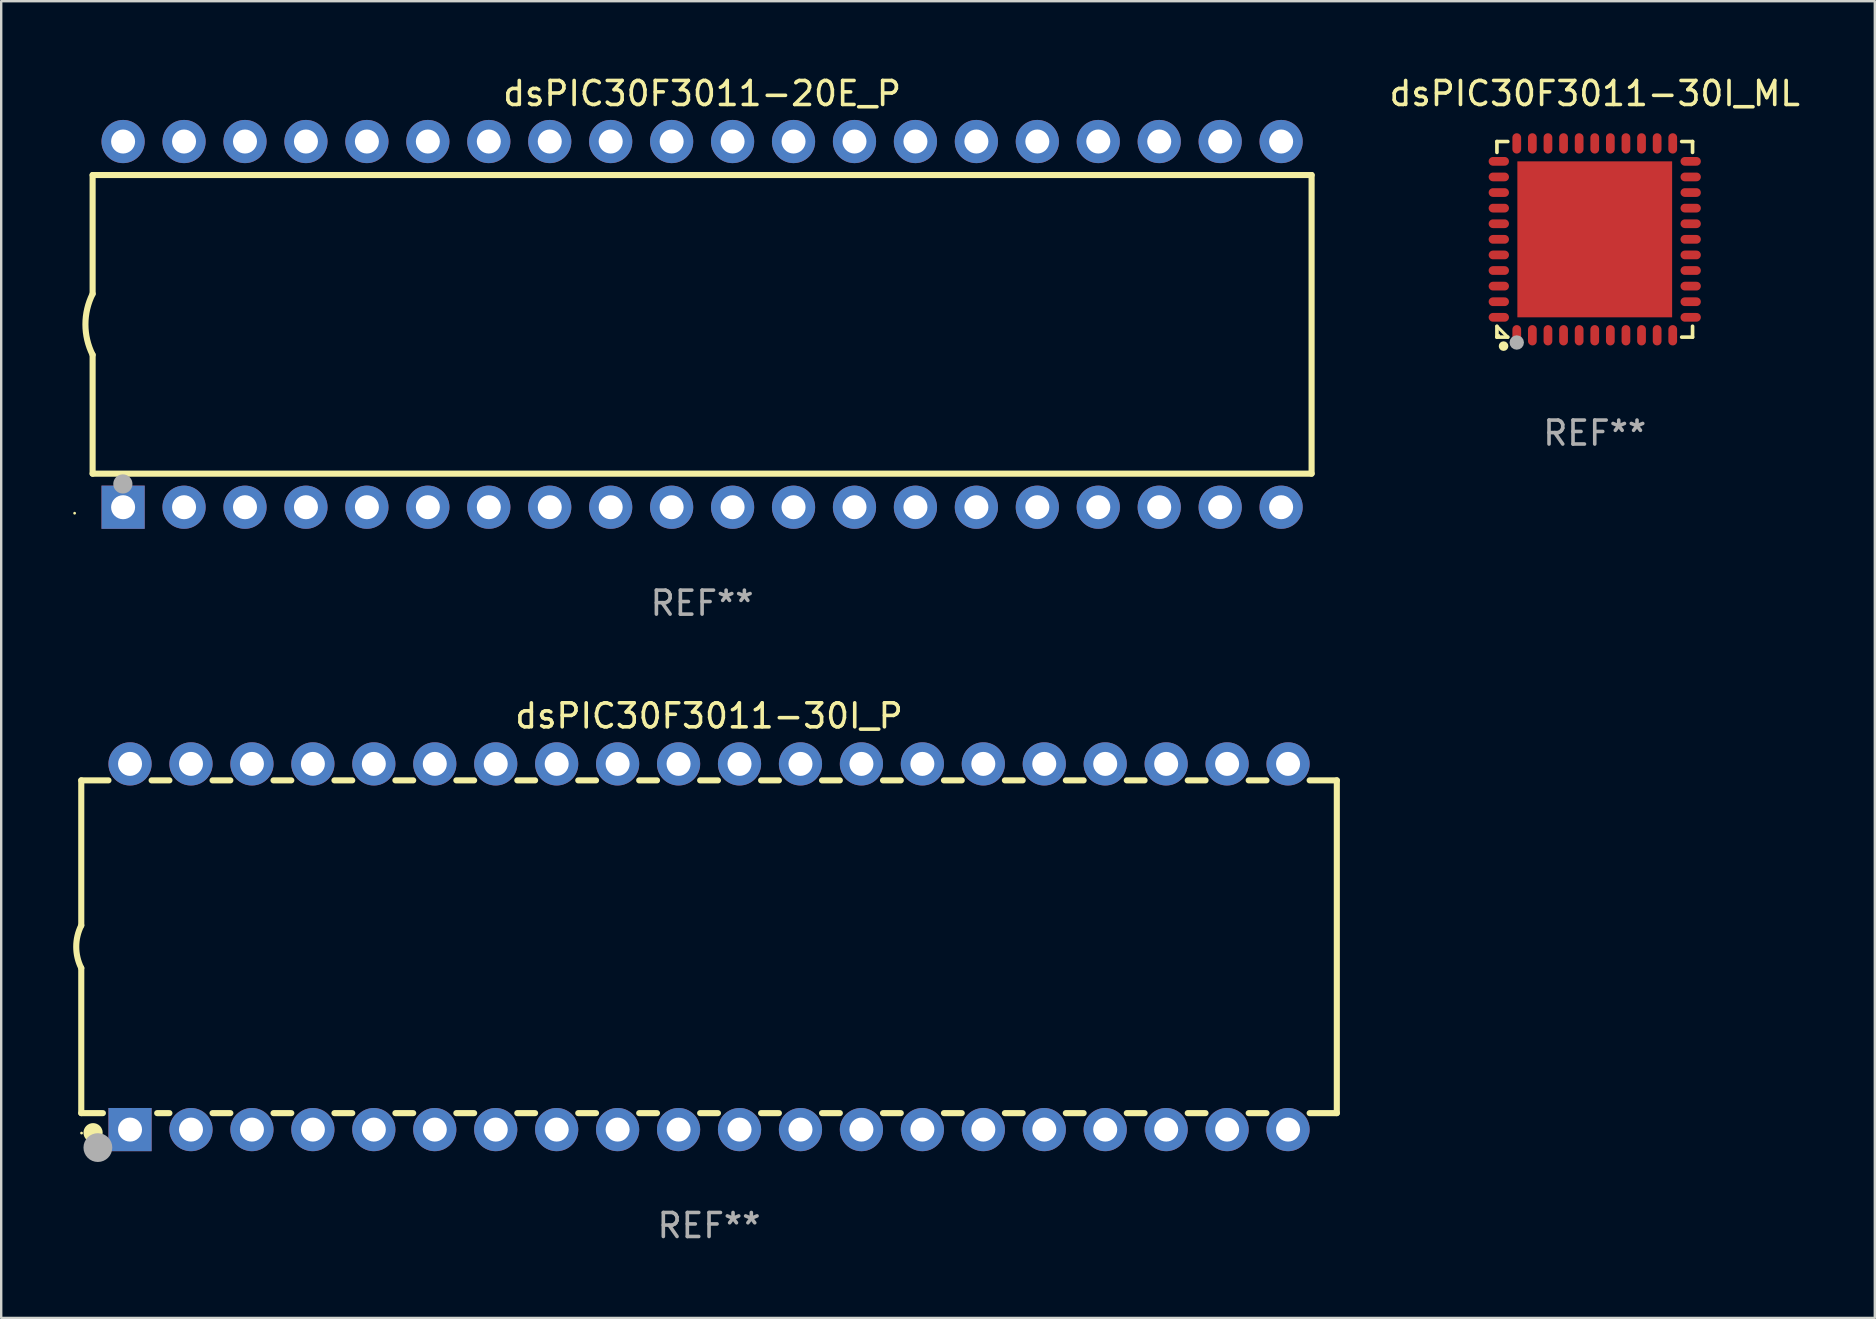
<source format=kicad_pcb>
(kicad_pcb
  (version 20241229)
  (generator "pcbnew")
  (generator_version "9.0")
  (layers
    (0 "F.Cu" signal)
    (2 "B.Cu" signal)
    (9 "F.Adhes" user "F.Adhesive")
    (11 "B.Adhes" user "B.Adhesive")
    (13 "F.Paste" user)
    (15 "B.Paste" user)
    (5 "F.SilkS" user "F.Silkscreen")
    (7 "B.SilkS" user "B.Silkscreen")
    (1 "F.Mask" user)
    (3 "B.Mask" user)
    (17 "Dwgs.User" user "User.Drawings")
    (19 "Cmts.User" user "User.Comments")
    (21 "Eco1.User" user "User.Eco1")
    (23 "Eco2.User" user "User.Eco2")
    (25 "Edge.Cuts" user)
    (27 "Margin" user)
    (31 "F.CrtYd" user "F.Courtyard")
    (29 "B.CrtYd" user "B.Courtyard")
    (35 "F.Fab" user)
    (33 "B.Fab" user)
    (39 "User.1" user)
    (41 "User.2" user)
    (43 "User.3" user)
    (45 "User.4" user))
  (footprint "dsPIC30F3011-30I_P"
    (layer "F.Cu")
    (at 26.499 36.405)
    (property "Reference" "dsPIC30F3011-30I_P" (at 0 -9.62 0) (layer "F.SilkS") (effects (font (size 1 1) (thickness 0.15))))
    (attr through_hole)
    (fp_line (start -26.162 -6.934) (end -26.162 -0.889) (stroke (width 0.254) (type solid)) (layer "F.SilkS"))
    (fp_line (start -26.162 -6.934) (end -25.029 -6.934) (stroke (width 0.254) (type solid)) (layer "F.SilkS"))
    (fp_line (start -26.162 6.934) (end -26.162 0.889) (stroke (width 0.254) (type solid)) (layer "F.SilkS"))
    (fp_line (start -26.162 6.934) (end -25.261 6.934) (stroke (width 0.254) (type solid)) (layer "F.SilkS"))
    (fp_line (start -23.231 -6.934) (end -22.489 -6.934) (stroke (width 0.254) (type solid)) (layer "F.SilkS"))
    (fp_line (start -22.999 6.934) (end -22.489 6.934) (stroke (width 0.254) (type solid)) (layer "F.SilkS"))
    (fp_line (start -20.691 -6.934) (end -19.949 -6.934) (stroke (width 0.254) (type solid)) (layer "F.SilkS"))
    (fp_line (start -20.691 6.934) (end -19.949 6.934) (stroke (width 0.254) (type solid)) (layer "F.SilkS"))
    (fp_line (start -18.151 -6.934) (end -17.409 -6.934) (stroke (width 0.254) (type solid)) (layer "F.SilkS"))
    (fp_line (start -18.151 6.934) (end -17.409 6.934) (stroke (width 0.254) (type solid)) (layer "F.SilkS"))
    (fp_line (start -15.611 -6.934) (end -14.869 -6.934) (stroke (width 0.254) (type solid)) (layer "F.SilkS"))
    (fp_line (start -15.611 6.934) (end -14.869 6.934) (stroke (width 0.254) (type solid)) (layer "F.SilkS"))
    (fp_line (start -13.071 -6.934) (end -12.329 -6.934) (stroke (width 0.254) (type solid)) (layer "F.SilkS"))
    (fp_line (start -13.071 6.934) (end -12.329 6.934) (stroke (width 0.254) (type solid)) (layer "F.SilkS"))
    (fp_line (start -10.531 -6.934) (end -9.789 -6.934) (stroke (width 0.254) (type solid)) (layer "F.SilkS"))
    (fp_line (start -10.531 6.934) (end -9.789 6.934) (stroke (width 0.254) (type solid)) (layer "F.SilkS"))
    (fp_line (start -7.991 -6.934) (end -7.249 -6.934) (stroke (width 0.254) (type solid)) (layer "F.SilkS"))
    (fp_line (start -7.991 6.934) (end -7.249 6.934) (stroke (width 0.254) (type solid)) (layer "F.SilkS"))
    (fp_line (start -5.451 -6.934) (end -4.709 -6.934) (stroke (width 0.254) (type solid)) (layer "F.SilkS"))
    (fp_line (start -5.451 6.934) (end -4.709 6.934) (stroke (width 0.254) (type solid)) (layer "F.SilkS"))
    (fp_line (start -2.911 -6.934) (end -2.169 -6.934) (stroke (width 0.254) (type solid)) (layer "F.SilkS"))
    (fp_line (start -2.911 6.934) (end -2.169 6.934) (stroke (width 0.254) (type solid)) (layer "F.SilkS"))
    (fp_line (start -0.371 -6.934) (end 0.371 -6.934) (stroke (width 0.254) (type solid)) (layer "F.SilkS"))
    (fp_line (start -0.371 6.934) (end 0.371 6.934) (stroke (width 0.254) (type solid)) (layer "F.SilkS"))
    (fp_line (start 2.169 -6.934) (end 2.911 -6.934) (stroke (width 0.254) (type solid)) (layer "F.SilkS"))
    (fp_line (start 2.169 6.934) (end 2.911 6.934) (stroke (width 0.254) (type solid)) (layer "F.SilkS"))
    (fp_line (start 4.709 -6.934) (end 5.451 -6.934) (stroke (width 0.254) (type solid)) (layer "F.SilkS"))
    (fp_line (start 4.709 6.934) (end 5.451 6.934) (stroke (width 0.254) (type solid)) (layer "F.SilkS"))
    (fp_line (start 7.249 -6.934) (end 7.991 -6.934) (stroke (width 0.254) (type solid)) (layer "F.SilkS"))
    (fp_line (start 7.249 6.934) (end 7.991 6.934) (stroke (width 0.254) (type solid)) (layer "F.SilkS"))
    (fp_line (start 9.789 -6.934) (end 10.531 -6.934) (stroke (width 0.254) (type solid)) (layer "F.SilkS"))
    (fp_line (start 9.789 6.934) (end 10.531 6.934) (stroke (width 0.254) (type solid)) (layer "F.SilkS"))
    (fp_line (start 12.329 -6.934) (end 13.071 -6.934) (stroke (width 0.254) (type solid)) (layer "F.SilkS"))
    (fp_line (start 12.329 6.934) (end 13.071 6.934) (stroke (width 0.254) (type solid)) (layer "F.SilkS"))
    (fp_line (start 14.869 -6.934) (end 15.611 -6.934) (stroke (width 0.254) (type solid)) (layer "F.SilkS"))
    (fp_line (start 14.869 6.934) (end 15.611 6.934) (stroke (width 0.254) (type solid)) (layer "F.SilkS"))
    (fp_line (start 17.409 -6.934) (end 18.151 -6.934) (stroke (width 0.254) (type solid)) (layer "F.SilkS"))
    (fp_line (start 17.409 6.934) (end 18.151 6.934) (stroke (width 0.254) (type solid)) (layer "F.SilkS"))
    (fp_line (start 19.949 -6.934) (end 20.691 -6.934) (stroke (width 0.254) (type solid)) (layer "F.SilkS"))
    (fp_line (start 19.949 6.934) (end 20.691 6.934) (stroke (width 0.254) (type solid)) (layer "F.SilkS"))
    (fp_line (start 22.489 -6.934) (end 23.231 -6.934) (stroke (width 0.254) (type solid)) (layer "F.SilkS"))
    (fp_line (start 22.489 6.934) (end 23.231 6.934) (stroke (width 0.254) (type solid)) (layer "F.SilkS"))
    (fp_line (start 25.029 -6.934) (end 26.162 -6.934) (stroke (width 0.254) (type solid)) (layer "F.SilkS"))
    (fp_line (start 25.029 6.934) (end 26.162 6.934) (stroke (width 0.254) (type solid)) (layer "F.SilkS"))
    (fp_line (start 26.162 -6.934) (end 26.162 6.934) (stroke (width 0.254) (type solid)) (layer "F.SilkS"))
    (fp_arc (start -26.162052 0.889001) (mid -26.371917 0) (end -26.162052 -0.889002) (stroke (width 0.254001) (type solid)) (layer "F.SilkS"))
    (fp_circle (center -26.15 7.765) (end -26.12 7.765) (stroke (width 0.06) (type solid)) (fill no) (layer "F.SilkS"))
    (fp_circle (center -25.67 7.75) (end -25.47 7.75) (stroke (width 0.4) (type solid)) (fill no) (layer "F.SilkS"))
    (fp_circle (center -25.47 8.37) (end -25.17 8.37) (stroke (width 0.6) (type solid)) (fill no) (layer "F.Fab"))
    (fp_text user "REF**" (at 0 11.62 0) (layer "F.Fab") (effects (font (size 1 1) (thickness 0.15))))
    (pad "1" thru_hole rect (at -24.13 7.62) (size 1.8 1.8) (drill 1) (layers "*.Cu" "*.Mask"))
    (pad "2" thru_hole circle (at -21.59 7.62) (size 1.8 1.8) (drill 1) (layers "*.Cu" "*.Mask"))
    (pad "3" thru_hole circle (at -19.05 7.62) (size 1.8 1.8) (drill 1) (layers "*.Cu" "*.Mask"))
    (pad "4" thru_hole circle (at -16.51 7.62) (size 1.8 1.8) (drill 1) (layers "*.Cu" "*.Mask"))
    (pad "5" thru_hole circle (at -13.97 7.62) (size 1.8 1.8) (drill 1) (layers "*.Cu" "*.Mask"))
    (pad "6" thru_hole circle (at -11.43 7.62) (size 1.8 1.8) (drill 1) (layers "*.Cu" "*.Mask"))
    (pad "7" thru_hole circle (at -8.89 7.62) (size 1.8 1.8) (drill 1) (layers "*.Cu" "*.Mask"))
    (pad "8" thru_hole circle (at -6.35 7.62) (size 1.8 1.8) (drill 1) (layers "*.Cu" "*.Mask"))
    (pad "9" thru_hole circle (at -3.81 7.62) (size 1.8 1.8) (drill 1) (layers "*.Cu" "*.Mask"))
    (pad "10" thru_hole circle (at -1.27 7.62) (size 1.8 1.8) (drill 1) (layers "*.Cu" "*.Mask"))
    (pad "11" thru_hole circle (at 1.27 7.62) (size 1.8 1.8) (drill 1) (layers "*.Cu" "*.Mask"))
    (pad "12" thru_hole circle (at 3.81 7.62) (size 1.8 1.8) (drill 1) (layers "*.Cu" "*.Mask"))
    (pad "13" thru_hole circle (at 6.35 7.62) (size 1.8 1.8) (drill 1) (layers "*.Cu" "*.Mask"))
    (pad "14" thru_hole circle (at 8.89 7.62) (size 1.8 1.8) (drill 1) (layers "*.Cu" "*.Mask"))
    (pad "15" thru_hole circle (at 11.43 7.62) (size 1.8 1.8) (drill 1) (layers "*.Cu" "*.Mask"))
    (pad "16" thru_hole circle (at 13.97 7.62) (size 1.8 1.8) (drill 1) (layers "*.Cu" "*.Mask"))
    (pad "17" thru_hole circle (at 16.51 7.62) (size 1.8 1.8) (drill 1) (layers "*.Cu" "*.Mask"))
    (pad "18" thru_hole circle (at 19.05 7.62) (size 1.8 1.8) (drill 1) (layers "*.Cu" "*.Mask"))
    (pad "19" thru_hole circle (at 21.59 7.62) (size 1.8 1.8) (drill 1) (layers "*.Cu" "*.Mask"))
    (pad "20" thru_hole circle (at 24.13 7.62) (size 1.8 1.8) (drill 1) (layers "*.Cu" "*.Mask"))
    (pad "21" thru_hole circle (at 24.13 -7.62) (size 1.8 1.8) (drill 1) (layers "*.Cu" "*.Mask"))
    (pad "22" thru_hole circle (at 21.59 -7.62) (size 1.8 1.8) (drill 1) (layers "*.Cu" "*.Mask"))
    (pad "23" thru_hole circle (at 19.05 -7.62) (size 1.8 1.8) (drill 1) (layers "*.Cu" "*.Mask"))
    (pad "24" thru_hole circle (at 16.51 -7.62) (size 1.8 1.8) (drill 1) (layers "*.Cu" "*.Mask"))
    (pad "25" thru_hole circle (at 13.97 -7.62) (size 1.8 1.8) (drill 1) (layers "*.Cu" "*.Mask"))
    (pad "26" thru_hole circle (at 11.43 -7.62) (size 1.8 1.8) (drill 1) (layers "*.Cu" "*.Mask"))
    (pad "27" thru_hole circle (at 8.89 -7.62) (size 1.8 1.8) (drill 1) (layers "*.Cu" "*.Mask"))
    (pad "28" thru_hole circle (at 6.35 -7.62) (size 1.8 1.8) (drill 1) (layers "*.Cu" "*.Mask"))
    (pad "29" thru_hole circle (at 3.81 -7.62) (size 1.8 1.8) (drill 1) (layers "*.Cu" "*.Mask"))
    (pad "30" thru_hole circle (at 1.27 -7.62) (size 1.8 1.8) (drill 1) (layers "*.Cu" "*.Mask"))
    (pad "31" thru_hole circle (at -1.27 -7.62) (size 1.8 1.8) (drill 1) (layers "*.Cu" "*.Mask"))
    (pad "32" thru_hole circle (at -3.81 -7.62) (size 1.8 1.8) (drill 1) (layers "*.Cu" "*.Mask"))
    (pad "33" thru_hole circle (at -6.35 -7.62) (size 1.8 1.8) (drill 1) (layers "*.Cu" "*.Mask"))
    (pad "34" thru_hole circle (at -8.89 -7.62) (size 1.8 1.8) (drill 1) (layers "*.Cu" "*.Mask"))
    (pad "35" thru_hole circle (at -11.43 -7.62) (size 1.8 1.8) (drill 1) (layers "*.Cu" "*.Mask"))
    (pad "36" thru_hole circle (at -13.97 -7.62) (size 1.8 1.8) (drill 1) (layers "*.Cu" "*.Mask"))
    (pad "37" thru_hole circle (at -16.51 -7.62) (size 1.8 1.8) (drill 1) (layers "*.Cu" "*.Mask"))
    (pad "38" thru_hole circle (at -19.05 -7.62) (size 1.8 1.8) (drill 1) (layers "*.Cu" "*.Mask"))
    (pad "39" thru_hole circle (at -21.59 -7.62) (size 1.8 1.8) (drill 1) (layers "*.Cu" "*.Mask"))
    (pad "40" thru_hole circle (at -24.13 -7.62) (size 1.8 1.8) (drill 1) (layers "*.Cu" "*.Mask")))
  (footprint "dsPIC30F3011-30I_ML"
    (layer "F.Cu")
    (at 63.41 6.924)
    (property "Reference" "dsPIC30F3011-30I_ML" (at 0 -6.076 0) (layer "F.SilkS") (effects (font (size 1 1) (thickness 0.15))))
    (attr through_hole)
    (fp_line (start -4.076 -4.076) (end -3.623 -4.076) (stroke (width 0.152) (type solid)) (layer "F.SilkS"))
    (fp_line (start -4.076 -3.623) (end -4.076 -4.076) (stroke (width 0.152) (type solid)) (layer "F.SilkS"))
    (fp_line (start -4.076 3.623) (end -4.076 4.076) (stroke (width 0.152) (type solid)) (layer "F.SilkS"))
    (fp_line (start -4.076 4.076) (end -3.623 4.076) (stroke (width 0.152) (type solid)) (layer "F.SilkS"))
    (fp_line (start -3.623 4.076) (end -4.076 3.623) (stroke (width 0.127) (type solid)) (layer "F.SilkS"))
    (fp_line (start 4.076 -4.076) (end 3.623 -4.076) (stroke (width 0.152) (type solid)) (layer "F.SilkS"))
    (fp_line (start 4.076 -3.623) (end 4.076 -4.076) (stroke (width 0.152) (type solid)) (layer "F.SilkS"))
    (fp_line (start 4.076 3.623) (end 4.076 4.076) (stroke (width 0.152) (type solid)) (layer "F.SilkS"))
    (fp_line (start 4.076 4.076) (end 3.623 4.076) (stroke (width 0.152) (type solid)) (layer "F.SilkS"))
    (fp_circle (center -4 4) (end -3.97 4) (stroke (width 0.06) (type solid)) (fill no) (layer "F.SilkS"))
    (fp_circle (center -3.8 4.45) (end -3.7 4.45) (stroke (width 0.2) (type solid)) (fill no) (layer "F.SilkS"))
    (fp_circle (center -3.25 4.3) (end -3.1 4.3) (stroke (width 0.3) (type solid)) (fill no) (layer "F.Fab"))
    (fp_text user "REF**" (at 0 8.076 0) (layer "F.Fab") (effects (font (size 1 1) (thickness 0.15))))
    (pad "1" smd oval (at -3.25 3.998) (size 0.364 0.847) (layers "F.Cu" "F.Mask" "F.Paste"))
    (pad "2" smd oval (at -2.6 3.998) (size 0.364 0.847) (layers "F.Cu" "F.Mask" "F.Paste"))
    (pad "3" smd oval (at -1.95 3.998) (size 0.364 0.847) (layers "F.Cu" "F.Mask" "F.Paste"))
    (pad "4" smd oval (at -1.3 3.998) (size 0.364 0.847) (layers "F.Cu" "F.Mask" "F.Paste"))
    (pad "5" smd oval (at -0.65 3.998) (size 0.364 0.847) (layers "F.Cu" "F.Mask" "F.Paste"))
    (pad "6" smd oval (at 0 3.998) (size 0.364 0.847) (layers "F.Cu" "F.Mask" "F.Paste"))
    (pad "7" smd oval (at 0.65 3.998) (size 0.364 0.847) (layers "F.Cu" "F.Mask" "F.Paste"))
    (pad "8" smd oval (at 1.3 3.998) (size 0.364 0.847) (layers "F.Cu" "F.Mask" "F.Paste"))
    (pad "9" smd oval (at 1.95 3.998) (size 0.364 0.847) (layers "F.Cu" "F.Mask" "F.Paste"))
    (pad "10" smd oval (at 2.6 3.998) (size 0.364 0.847) (layers "F.Cu" "F.Mask" "F.Paste"))
    (pad "11" smd oval (at 3.25 3.998) (size 0.364 0.847) (layers "F.Cu" "F.Mask" "F.Paste"))
    (pad "12" smd oval (at 3.998 3.25) (size 0.847 0.364) (layers "F.Cu" "F.Mask" "F.Paste"))
    (pad "13" smd oval (at 3.998 2.6) (size 0.847 0.364) (layers "F.Cu" "F.Mask" "F.Paste"))
    (pad "14" smd oval (at 3.998 1.95) (size 0.847 0.364) (layers "F.Cu" "F.Mask" "F.Paste"))
    (pad "15" smd oval (at 3.998 1.3) (size 0.847 0.364) (layers "F.Cu" "F.Mask" "F.Paste"))
    (pad "16" smd oval (at 3.998 0.65) (size 0.847 0.364) (layers "F.Cu" "F.Mask" "F.Paste"))
    (pad "17" smd oval (at 3.998 0) (size 0.847 0.364) (layers "F.Cu" "F.Mask" "F.Paste"))
    (pad "18" smd oval (at 3.998 -0.65) (size 0.847 0.364) (layers "F.Cu" "F.Mask" "F.Paste"))
    (pad "19" smd oval (at 3.998 -1.3) (size 0.847 0.364) (layers "F.Cu" "F.Mask" "F.Paste"))
    (pad "20" smd oval (at 3.998 -1.95) (size 0.847 0.364) (layers "F.Cu" "F.Mask" "F.Paste"))
    (pad "21" smd oval (at 3.998 -2.6) (size 0.847 0.364) (layers "F.Cu" "F.Mask" "F.Paste"))
    (pad "22" smd oval (at 3.998 -3.25) (size 0.847 0.364) (layers "F.Cu" "F.Mask" "F.Paste"))
    (pad "23" smd oval (at 3.25 -3.998) (size 0.364 0.847) (layers "F.Cu" "F.Mask" "F.Paste"))
    (pad "24" smd oval (at 2.6 -3.998) (size 0.364 0.847) (layers "F.Cu" "F.Mask" "F.Paste"))
    (pad "25" smd oval (at 1.95 -3.998) (size 0.364 0.847) (layers "F.Cu" "F.Mask" "F.Paste"))
    (pad "26" smd oval (at 1.3 -3.998) (size 0.364 0.847) (layers "F.Cu" "F.Mask" "F.Paste"))
    (pad "27" smd oval (at 0.65 -3.998) (size 0.364 0.847) (layers "F.Cu" "F.Mask" "F.Paste"))
    (pad "28" smd oval (at 0 -3.998) (size 0.364 0.847) (layers "F.Cu" "F.Mask" "F.Paste"))
    (pad "29" smd oval (at -0.65 -3.998) (size 0.364 0.847) (layers "F.Cu" "F.Mask" "F.Paste"))
    (pad "30" smd oval (at -1.3 -3.998) (size 0.364 0.847) (layers "F.Cu" "F.Mask" "F.Paste"))
    (pad "31" smd oval (at -1.95 -3.998) (size 0.364 0.847) (layers "F.Cu" "F.Mask" "F.Paste"))
    (pad "32" smd oval (at -2.6 -3.998) (size 0.364 0.847) (layers "F.Cu" "F.Mask" "F.Paste"))
    (pad "33" smd oval (at -3.25 -3.998) (size 0.364 0.847) (layers "F.Cu" "F.Mask" "F.Paste"))
    (pad "34" smd oval (at -3.998 -3.25) (size 0.847 0.364) (layers "F.Cu" "F.Mask" "F.Paste"))
    (pad "35" smd oval (at -3.998 -2.6) (size 0.847 0.364) (layers "F.Cu" "F.Mask" "F.Paste"))
    (pad "36" smd oval (at -3.998 -1.95) (size 0.847 0.364) (layers "F.Cu" "F.Mask" "F.Paste"))
    (pad "37" smd oval (at -3.998 -1.3) (size 0.847 0.364) (layers "F.Cu" "F.Mask" "F.Paste"))
    (pad "38" smd oval (at -3.998 -0.65) (size 0.847 0.364) (layers "F.Cu" "F.Mask" "F.Paste"))
    (pad "39" smd oval (at -3.998 0) (size 0.847 0.364) (layers "F.Cu" "F.Mask" "F.Paste"))
    (pad "40" smd oval (at -3.998 0.65) (size 0.847 0.364) (layers "F.Cu" "F.Mask" "F.Paste"))
    (pad "41" smd oval (at -3.998 1.3) (size 0.847 0.364) (layers "F.Cu" "F.Mask" "F.Paste"))
    (pad "42" smd oval (at -3.998 1.95) (size 0.847 0.364) (layers "F.Cu" "F.Mask" "F.Paste"))
    (pad "43" smd oval (at -3.998 2.6) (size 0.847 0.364) (layers "F.Cu" "F.Mask" "F.Paste"))
    (pad "44" smd oval (at -3.998 3.25) (size 0.847 0.364) (layers "F.Cu" "F.Mask" "F.Paste"))
    (pad "45" smd rect (at 0 0) (size 6.45 6.5) (layers "F.Cu" "F.Mask" "F.Paste")))
  (footprint "dsPIC30F3011-20E_P"
    (layer "F.Cu")
    (at 26.21 10.468)
    (property "Reference" "dsPIC30F3011-20E_P" (at 0 -9.62 0) (layer "F.SilkS") (effects (font (size 1 1) (thickness 0.15))))
    (attr through_hole)
    (fp_line (start -25.4 -6.224) (end -25.4 -1.271) (stroke (width 0.254) (type solid)) (layer "F.SilkS"))
    (fp_line (start -25.4 -6.224) (end 25.4 -6.224) (stroke (width 0.254) (type solid)) (layer "F.SilkS"))
    (fp_line (start -25.4 1.269) (end -25.4 6.222) (stroke (width 0.254) (type solid)) (layer "F.SilkS"))
    (fp_line (start -25.4 6.222) (end 25.4 6.222) (stroke (width 0.254) (type solid)) (layer "F.SilkS"))
    (fp_line (start 25.4 6.222) (end 25.4 -6.224) (stroke (width 0.254) (type solid)) (layer "F.SilkS"))
    (fp_arc (start -25.4 1.269241) (mid -25.699807 -0.000762) (end -25.4 -1.270765) (stroke (width 0.254001) (type solid)) (layer "F.SilkS"))
    (fp_circle (center -26.15 7.87) (end -26.12 7.87) (stroke (width 0.06) (type solid)) (fill no) (layer "F.SilkS"))
    (fp_circle (center -24.14 6.65) (end -23.94 6.65) (stroke (width 0.4) (type solid)) (fill no) (layer "F.Fab"))
    (fp_text user "REF**" (at 0 11.62 0) (layer "F.Fab") (effects (font (size 1 1) (thickness 0.15))))
    (pad "1" thru_hole rect (at -24.13 7.62 90) (size 1.8 1.8) (drill 1) (layers "*.Cu" "*.Mask"))
    (pad "2" thru_hole circle (at -21.59 7.62) (size 1.8 1.8) (drill 1) (layers "*.Cu" "*.Mask"))
    (pad "3" thru_hole circle (at -19.05 7.62) (size 1.8 1.8) (drill 1) (layers "*.Cu" "*.Mask"))
    (pad "4" thru_hole circle (at -16.51 7.62) (size 1.8 1.8) (drill 1) (layers "*.Cu" "*.Mask"))
    (pad "5" thru_hole circle (at -13.97 7.62) (size 1.8 1.8) (drill 1) (layers "*.Cu" "*.Mask"))
    (pad "6" thru_hole circle (at -11.43 7.62) (size 1.8 1.8) (drill 1) (layers "*.Cu" "*.Mask"))
    (pad "7" thru_hole circle (at -8.89 7.62) (size 1.8 1.8) (drill 1) (layers "*.Cu" "*.Mask"))
    (pad "8" thru_hole circle (at -6.35 7.62) (size 1.8 1.8) (drill 1) (layers "*.Cu" "*.Mask"))
    (pad "9" thru_hole circle (at -3.81 7.62) (size 1.8 1.8) (drill 1) (layers "*.Cu" "*.Mask"))
    (pad "10" thru_hole circle (at -1.27 7.62) (size 1.8 1.8) (drill 1) (layers "*.Cu" "*.Mask"))
    (pad "11" thru_hole circle (at 1.27 7.62) (size 1.8 1.8) (drill 1) (layers "*.Cu" "*.Mask"))
    (pad "12" thru_hole circle (at 3.81 7.62) (size 1.8 1.8) (drill 1) (layers "*.Cu" "*.Mask"))
    (pad "13" thru_hole circle (at 6.35 7.62) (size 1.8 1.8) (drill 1) (layers "*.Cu" "*.Mask"))
    (pad "14" thru_hole circle (at 8.89 7.62) (size 1.8 1.8) (drill 1) (layers "*.Cu" "*.Mask"))
    (pad "15" thru_hole circle (at 11.43 7.62) (size 1.8 1.8) (drill 1) (layers "*.Cu" "*.Mask"))
    (pad "16" thru_hole circle (at 13.97 7.62) (size 1.8 1.8) (drill 1) (layers "*.Cu" "*.Mask"))
    (pad "17" thru_hole circle (at 16.51 7.62) (size 1.8 1.8) (drill 1) (layers "*.Cu" "*.Mask"))
    (pad "18" thru_hole circle (at 19.05 7.62) (size 1.8 1.8) (drill 1) (layers "*.Cu" "*.Mask"))
    (pad "19" thru_hole circle (at 21.59 7.62) (size 1.8 1.8) (drill 1) (layers "*.Cu" "*.Mask"))
    (pad "20" thru_hole circle (at 24.13 7.62) (size 1.8 1.8) (drill 1) (layers "*.Cu" "*.Mask"))
    (pad "21" thru_hole circle (at 24.13 -7.62) (size 1.8 1.8) (drill 1) (layers "*.Cu" "*.Mask"))
    (pad "22" thru_hole circle (at 21.59 -7.62) (size 1.8 1.8) (drill 1) (layers "*.Cu" "*.Mask"))
    (pad "23" thru_hole circle (at 19.05 -7.62) (size 1.8 1.8) (drill 1) (layers "*.Cu" "*.Mask"))
    (pad "24" thru_hole circle (at 16.51 -7.62) (size 1.8 1.8) (drill 1) (layers "*.Cu" "*.Mask"))
    (pad "25" thru_hole circle (at 13.97 -7.62) (size 1.8 1.8) (drill 1) (layers "*.Cu" "*.Mask"))
    (pad "26" thru_hole circle (at 11.43 -7.62) (size 1.8 1.8) (drill 1) (layers "*.Cu" "*.Mask"))
    (pad "27" thru_hole circle (at 8.89 -7.62) (size 1.8 1.8) (drill 1) (layers "*.Cu" "*.Mask"))
    (pad "28" thru_hole circle (at 6.35 -7.62) (size 1.8 1.8) (drill 1) (layers "*.Cu" "*.Mask"))
    (pad "29" thru_hole circle (at 3.81 -7.62) (size 1.8 1.8) (drill 1) (layers "*.Cu" "*.Mask"))
    (pad "30" thru_hole circle (at 1.27 -7.62) (size 1.8 1.8) (drill 1) (layers "*.Cu" "*.Mask"))
    (pad "31" thru_hole circle (at -1.27 -7.62) (size 1.8 1.8) (drill 1) (layers "*.Cu" "*.Mask"))
    (pad "32" thru_hole circle (at -3.81 -7.62) (size 1.8 1.8) (drill 1) (layers "*.Cu" "*.Mask"))
    (pad "33" thru_hole circle (at -6.35 -7.62) (size 1.8 1.8) (drill 1) (layers "*.Cu" "*.Mask"))
    (pad "34" thru_hole circle (at -8.89 -7.62) (size 1.8 1.8) (drill 1) (layers "*.Cu" "*.Mask"))
    (pad "35" thru_hole circle (at -11.43 -7.62) (size 1.8 1.8) (drill 1) (layers "*.Cu" "*.Mask"))
    (pad "36" thru_hole circle (at -13.97 -7.62) (size 1.8 1.8) (drill 1) (layers "*.Cu" "*.Mask"))
    (pad "37" thru_hole circle (at -16.51 -7.62) (size 1.8 1.8) (drill 1) (layers "*.Cu" "*.Mask"))
    (pad "38" thru_hole circle (at -19.05 -7.62) (size 1.8 1.8) (drill 1) (layers "*.Cu" "*.Mask"))
    (pad "39" thru_hole circle (at -21.59 -7.62) (size 1.8 1.8) (drill 1) (layers "*.Cu" "*.Mask"))
    (pad "40" thru_hole circle (at -24.13 -7.62) (size 1.8 1.8) (drill 1) (layers "*.Cu" "*.Mask")))
  (gr_rect
    (start -3 -3)
    (end 75.082 51.873)
    (stroke (width 0.1) (type default))
    (fill no)
    (layer "Edge.Cuts")))
</source>
